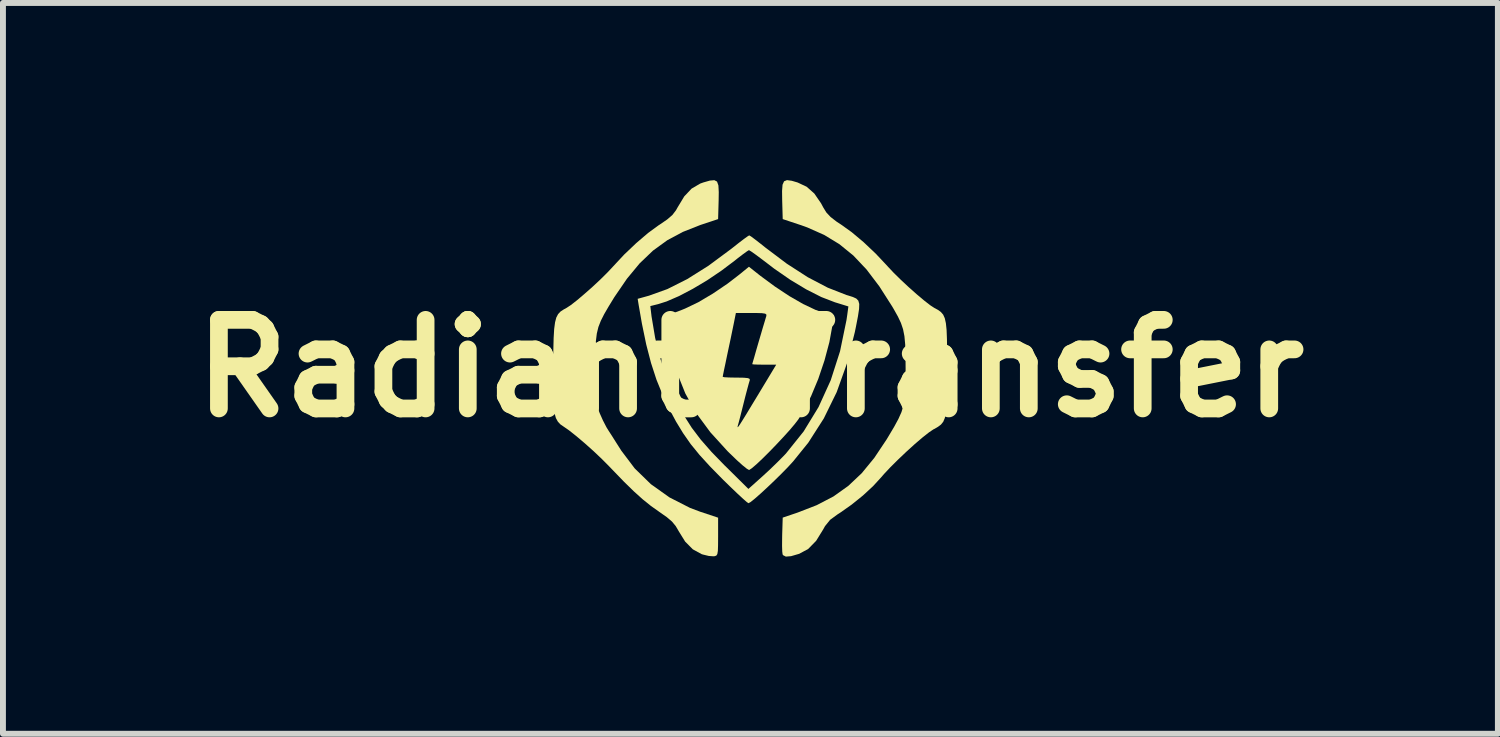
<source format=kicad_pcb>
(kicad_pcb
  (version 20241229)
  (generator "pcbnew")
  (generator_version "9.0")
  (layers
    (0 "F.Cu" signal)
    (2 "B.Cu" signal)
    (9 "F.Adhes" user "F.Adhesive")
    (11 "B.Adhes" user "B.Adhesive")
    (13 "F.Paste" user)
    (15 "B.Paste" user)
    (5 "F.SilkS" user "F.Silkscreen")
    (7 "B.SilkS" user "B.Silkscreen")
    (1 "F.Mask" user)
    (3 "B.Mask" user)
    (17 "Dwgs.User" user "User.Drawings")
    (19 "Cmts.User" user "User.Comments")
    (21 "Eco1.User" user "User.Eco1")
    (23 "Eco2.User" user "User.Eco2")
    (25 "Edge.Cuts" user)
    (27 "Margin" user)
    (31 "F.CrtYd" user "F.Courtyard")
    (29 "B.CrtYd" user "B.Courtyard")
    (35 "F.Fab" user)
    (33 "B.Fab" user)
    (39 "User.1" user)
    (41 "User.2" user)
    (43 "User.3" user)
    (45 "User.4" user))
  (footprint "Radiant Transfer"
    (layer "F.Cu")
    (at 9.657 3.188)
    (property "Reference" "Radiant Transfer" (at 0 0 0) (layer "F.SilkS") (effects (font (size 1.5 1.5) (thickness 0.3))))
    (attr board_only exclude_from_pos_files exclude_from_bom)
    (fp_poly (pts (xy 0.167 -1.569) (xy 0.415 -1.386) (xy 0.66 -1.224) (xy 0.893 -1.09) (xy 1.104 -0.99) (xy 1.283 -0.929) (xy 1.308 -0.923) (xy 1.413 -0.901) (xy 1.391 -0.74) (xy 1.337 -0.444) (xy 1.254 -0.133) (xy 1.149 0.178) (xy 1.027 0.471) (xy 0.895 0.73) (xy 0.81 0.866) (xy 0.749 0.945) (xy 0.661 1.049) (xy 0.553 1.168) (xy 0.435 1.294) (xy 0.315 1.418) (xy 0.201 1.531) (xy 0.101 1.625) (xy 0.025 1.69) (xy -0.02 1.72) (xy -0.024 1.72) (xy -0.061 1.699) (xy -0.133 1.641) (xy -0.23 1.554) (xy -0.343 1.445) (xy -0.389 1.4) (xy -0.679 1.081) (xy -0.915 0.761) (xy -1.102 0.425) (xy -1.215 0.143) (xy -0.469 0.143) (xy -0.44 0.15) (xy -0.364 0.154) (xy -0.256 0.156) (xy -0.231 0.156) (xy -0.111 0.158) (xy -0.041 0.165) (xy -0.012 0.179) (xy -0.011 0.203) (xy -0.013 0.207) (xy -0.028 0.257) (xy -0.054 0.353) (xy -0.087 0.478) (xy -0.111 0.574) (xy -0.146 0.713) (xy -0.177 0.835) (xy -0.2 0.922) (xy -0.209 0.954) (xy -0.217 0.984) (xy -0.216 0.997) (xy -0.205 0.987) (xy -0.178 0.949) (xy -0.133 0.878) (xy -0.065 0.768) (xy 0.028 0.614) (xy 0.121 0.461) (xy 0.437 -0.063) (xy 0.234 -0.063) (xy 0.131 -0.064) (xy 0.058 -0.067) (xy 0.031 -0.071) (xy 0.039 -0.102) (xy 0.062 -0.179) (xy 0.093 -0.289) (xy 0.131 -0.42) (xy 0.171 -0.556) (xy 0.209 -0.686) (xy 0.242 -0.795) (xy 0.264 -0.87) (xy 0.269 -0.884) (xy 0.271 -0.91) (xy 0.25 -0.927) (xy 0.195 -0.935) (xy 0.095 -0.938) (xy 0.02 -0.938) (xy -0.246 -0.938) (xy -0.282 -0.759) (xy -0.304 -0.652) (xy -0.334 -0.506) (xy -0.369 -0.342) (xy -0.394 -0.224) (xy -0.423 -0.084) (xy -0.448 0.033) (xy -0.464 0.113) (xy -0.469 0.143) (xy -1.215 0.143) (xy -1.247 0.063) (xy -1.357 -0.34) (xy -1.39 -0.498) (xy -1.42 -0.672) (xy -1.435 -0.792) (xy -1.434 -0.866) (xy -1.418 -0.902) (xy -1.4 -0.908) (xy -1.355 -0.919) (xy -1.268 -0.95) (xy -1.155 -0.993) (xy -1.106 -1.013) (xy -0.883 -1.12) (xy -0.638 -1.265) (xy -0.387 -1.435) (xy -0.192 -1.585) (xy -0.025 -1.721)) (stroke (width 0) (type solid)) (fill yes) (layer "F.SilkS"))
    (fp_poly (pts (xy 0.011 -2.234) (xy 0.078 -2.184) (xy 0.172 -2.111) (xy 0.247 -2.051) (xy 0.616 -1.773) (xy 0.971 -1.544) (xy 1.309 -1.367) (xy 1.625 -1.243) (xy 1.656 -1.234) (xy 1.735 -1.209) (xy 1.792 -1.183) (xy 1.827 -1.147) (xy 1.843 -1.091) (xy 1.84 -1.006) (xy 1.821 -0.882) (xy 1.788 -0.711) (xy 1.768 -0.614) (xy 1.635 -0.084) (xy 1.461 0.402) (xy 1.243 0.847) (xy 0.98 1.258) (xy 0.723 1.576) (xy 0.633 1.674) (xy 0.523 1.786) (xy 0.403 1.904) (xy 0.282 2.019) (xy 0.169 2.123) (xy 0.072 2.208) (xy 0.002 2.264) (xy -0.033 2.283) (xy -0.062 2.263) (xy -0.129 2.204) (xy -0.224 2.116) (xy -0.341 2.004) (xy -0.463 1.885) (xy -0.682 1.662) (xy -0.861 1.466) (xy -1.011 1.282) (xy -1.14 1.097) (xy -1.26 0.9) (xy -1.357 0.719) (xy -1.483 0.457) (xy -1.591 0.191) (xy -1.683 -0.092) (xy -1.764 -0.404) (xy -1.837 -0.757) (xy -1.889 -1.055) (xy -1.695 -1.055) (xy -1.674 -0.879) (xy -1.613 -0.515) (xy -1.517 -0.138) (xy -1.395 0.228) (xy -1.254 0.558) (xy -1.243 0.579) (xy -1.123 0.801) (xy -0.993 1.006) (xy -0.842 1.205) (xy -0.66 1.413) (xy -0.437 1.643) (xy -0.425 1.654) (xy -0.034 2.041) (xy 0.204 1.828) (xy 0.329 1.713) (xy 0.457 1.589) (xy 0.568 1.477) (xy 0.602 1.441) (xy 0.901 1.068) (xy 1.154 0.654) (xy 1.36 0.201) (xy 1.518 -0.291) (xy 1.627 -0.819) (xy 1.64 -0.908) (xy 1.659 -1.049) (xy 1.429 -1.12) (xy 1.201 -1.208) (xy 0.945 -1.338) (xy 0.674 -1.501) (xy 0.401 -1.69) (xy 0.31 -1.76) (xy 0.19 -1.851) (xy 0.088 -1.927) (xy 0.013 -1.98) (xy -0.023 -2.001) (xy -0.025 -2.002) (xy -0.057 -1.983) (xy -0.126 -1.933) (xy -0.219 -1.862) (xy -0.266 -1.824) (xy -0.492 -1.654) (xy -0.732 -1.492) (xy -0.976 -1.347) (xy -1.208 -1.225) (xy -1.418 -1.134) (xy -1.559 -1.089) (xy -1.695 -1.055) (xy -1.889 -1.055) (xy -1.891 -1.066) (xy -1.909 -1.178) (xy -1.718 -1.231) (xy -1.406 -1.343) (xy -1.07 -1.512) (xy -0.712 -1.737) (xy -0.33 -2.02) (xy -0.308 -2.037) (xy -0.198 -2.124) (xy -0.106 -2.194) (xy -0.043 -2.239) (xy -0.02 -2.252)) (stroke (width 0) (type solid)) (fill yes) (layer "F.SilkS"))
    (fp_poly (pts (xy 0.7 -3.177) (xy 0.799 -3.148) (xy 0.952 -3.076) (xy 1.082 -2.961) (xy 1.197 -2.794) (xy 1.232 -2.728) (xy 1.286 -2.64) (xy 1.358 -2.563) (xy 1.462 -2.483) (xy 1.537 -2.434) (xy 1.717 -2.305) (xy 1.917 -2.137) (xy 2.121 -1.944) (xy 2.315 -1.738) (xy 2.331 -1.72) (xy 2.427 -1.618) (xy 2.547 -1.5) (xy 2.68 -1.376) (xy 2.815 -1.256) (xy 2.941 -1.15) (xy 3.045 -1.069) (xy 3.114 -1.024) (xy 3.177 -0.99) (xy 3.226 -0.954) (xy 3.264 -0.91) (xy 3.291 -0.85) (xy 3.31 -0.765) (xy 3.322 -0.65) (xy 3.328 -0.495) (xy 3.331 -0.294) (xy 3.331 -0.039) (xy 3.331 -0.001) (xy 3.331 0.262) (xy 3.329 0.47) (xy 3.322 0.63) (xy 3.311 0.751) (xy 3.292 0.84) (xy 3.265 0.904) (xy 3.227 0.951) (xy 3.177 0.989) (xy 3.113 1.026) (xy 3.1 1.032) (xy 3.023 1.084) (xy 2.914 1.17) (xy 2.783 1.282) (xy 2.642 1.41) (xy 2.501 1.544) (xy 2.371 1.673) (xy 2.263 1.788) (xy 2.212 1.847) (xy 2.077 1.994) (xy 1.905 2.153) (xy 1.714 2.307) (xy 1.524 2.441) (xy 1.477 2.471) (xy 1.35 2.564) (xy 1.262 2.673) (xy 1.234 2.724) (xy 1.113 2.92) (xy 0.978 3.058) (xy 0.824 3.141) (xy 0.822 3.141) (xy 0.688 3.18) (xy 0.6 3.187) (xy 0.553 3.163) (xy 0.545 3.149) (xy 0.539 3.101) (xy 0.536 3.007) (xy 0.537 2.883) (xy 0.538 2.817) (xy 0.547 2.527) (xy 0.798 2.442) (xy 1.123 2.316) (xy 1.407 2.168) (xy 1.657 1.99) (xy 1.885 1.775) (xy 2.098 1.515) (xy 2.307 1.202) (xy 2.337 1.152) (xy 2.434 0.989) (xy 2.506 0.856) (xy 2.558 0.74) (xy 2.592 0.626) (xy 2.613 0.501) (xy 2.624 0.351) (xy 2.627 0.162) (xy 2.628 -0.000001) (xy 2.626 -0.227) (xy 2.621 -0.404) (xy 2.608 -0.545) (xy 2.585 -0.662) (xy 2.549 -0.769) (xy 2.498 -0.877) (xy 2.428 -1.002) (xy 2.401 -1.048) (xy 2.183 -1.389) (xy 1.967 -1.674) (xy 1.744 -1.91) (xy 1.507 -2.103) (xy 1.249 -2.26) (xy 0.963 -2.387) (xy 0.848 -2.428) (xy 0.547 -2.528) (xy 0.538 -2.844) (xy 0.536 -3.004) (xy 0.544 -3.11) (xy 0.57 -3.168) (xy 0.619 -3.188)) (stroke (width 0) (type solid)) (fill yes) (layer "F.SilkS"))
    (fp_poly (pts (xy -0.565 -3.163) (xy -0.542 -3.098) (xy -0.536 -2.986) (xy -0.538 -2.844) (xy -0.547 -2.528) (xy -0.848 -2.428) (xy -1.144 -2.311) (xy -1.409 -2.169) (xy -1.65 -1.994) (xy -1.875 -1.779) (xy -2.091 -1.518) (xy -2.305 -1.205) (xy -2.401 -1.048) (xy -2.477 -0.917) (xy -2.533 -0.806) (xy -2.574 -0.701) (xy -2.601 -0.59) (xy -2.617 -0.46) (xy -2.624 -0.299) (xy -2.627 -0.094) (xy -2.627 0.012) (xy -2.626 0.217) (xy -2.623 0.371) (xy -2.618 0.486) (xy -2.608 0.573) (xy -2.593 0.644) (xy -2.571 0.71) (xy -2.551 0.761) (xy -2.497 0.882) (xy -2.437 0.998) (xy -2.4 1.058) (xy -2.346 1.141) (xy -2.274 1.255) (xy -2.197 1.376) (xy -2.187 1.392) (xy -1.959 1.694) (xy -1.685 1.961) (xy -1.37 2.185) (xy -1.023 2.362) (xy -0.848 2.428) (xy -0.547 2.528) (xy -0.547 2.852) (xy -0.548 2.996) (xy -0.551 3.09) (xy -0.56 3.144) (xy -0.577 3.17) (xy -0.605 3.18) (xy -0.626 3.182) (xy -0.706 3.176) (xy -0.805 3.152) (xy -0.825 3.146) (xy -0.975 3.064) (xy -1.105 2.933) (xy -1.211 2.762) (xy -1.265 2.67) (xy -1.328 2.594) (xy -1.417 2.518) (xy -1.546 2.428) (xy -1.548 2.426) (xy -1.685 2.329) (xy -1.824 2.217) (xy -1.973 2.083) (xy -2.142 1.918) (xy -2.339 1.714) (xy -2.39 1.661) (xy -2.513 1.537) (xy -2.655 1.402) (xy -2.804 1.269) (xy -2.948 1.147) (xy -3.073 1.048) (xy -3.164 0.985) (xy -3.219 0.947) (xy -3.261 0.901) (xy -3.294 0.841) (xy -3.317 0.758) (xy -3.332 0.645) (xy -3.341 0.495) (xy -3.344 0.301) (xy -3.342 0.054) (xy -3.341 -0.064) (xy -3.337 -0.317) (xy -3.332 -0.515) (xy -3.323 -0.667) (xy -3.308 -0.78) (xy -3.287 -0.861) (xy -3.256 -0.92) (xy -3.215 -0.963) (xy -3.16 -0.999) (xy -3.114 -1.024) (xy -3.041 -1.072) (xy -2.936 -1.154) (xy -2.81 -1.261) (xy -2.674 -1.381) (xy -2.541 -1.505) (xy -2.422 -1.623) (xy -2.331 -1.72) (xy -2.139 -1.926) (xy -1.934 -2.121) (xy -1.734 -2.292) (xy -1.552 -2.425) (xy -1.537 -2.434) (xy -1.409 -2.522) (xy -1.321 -2.598) (xy -1.26 -2.678) (xy -1.232 -2.728) (xy -1.12 -2.913) (xy -0.996 -3.044) (xy -0.851 -3.129) (xy -0.799 -3.148) (xy -0.687 -3.18) (xy -0.611 -3.187)) (stroke (width 0) (type solid)) (fill yes) (layer "F.SilkS")))
  (gr_rect
    (start -3 -3)
    (end 22.314 9.375)
    (stroke (width 0.1) (type default))
    (fill no)
    (layer "Edge.Cuts")))
</source>
